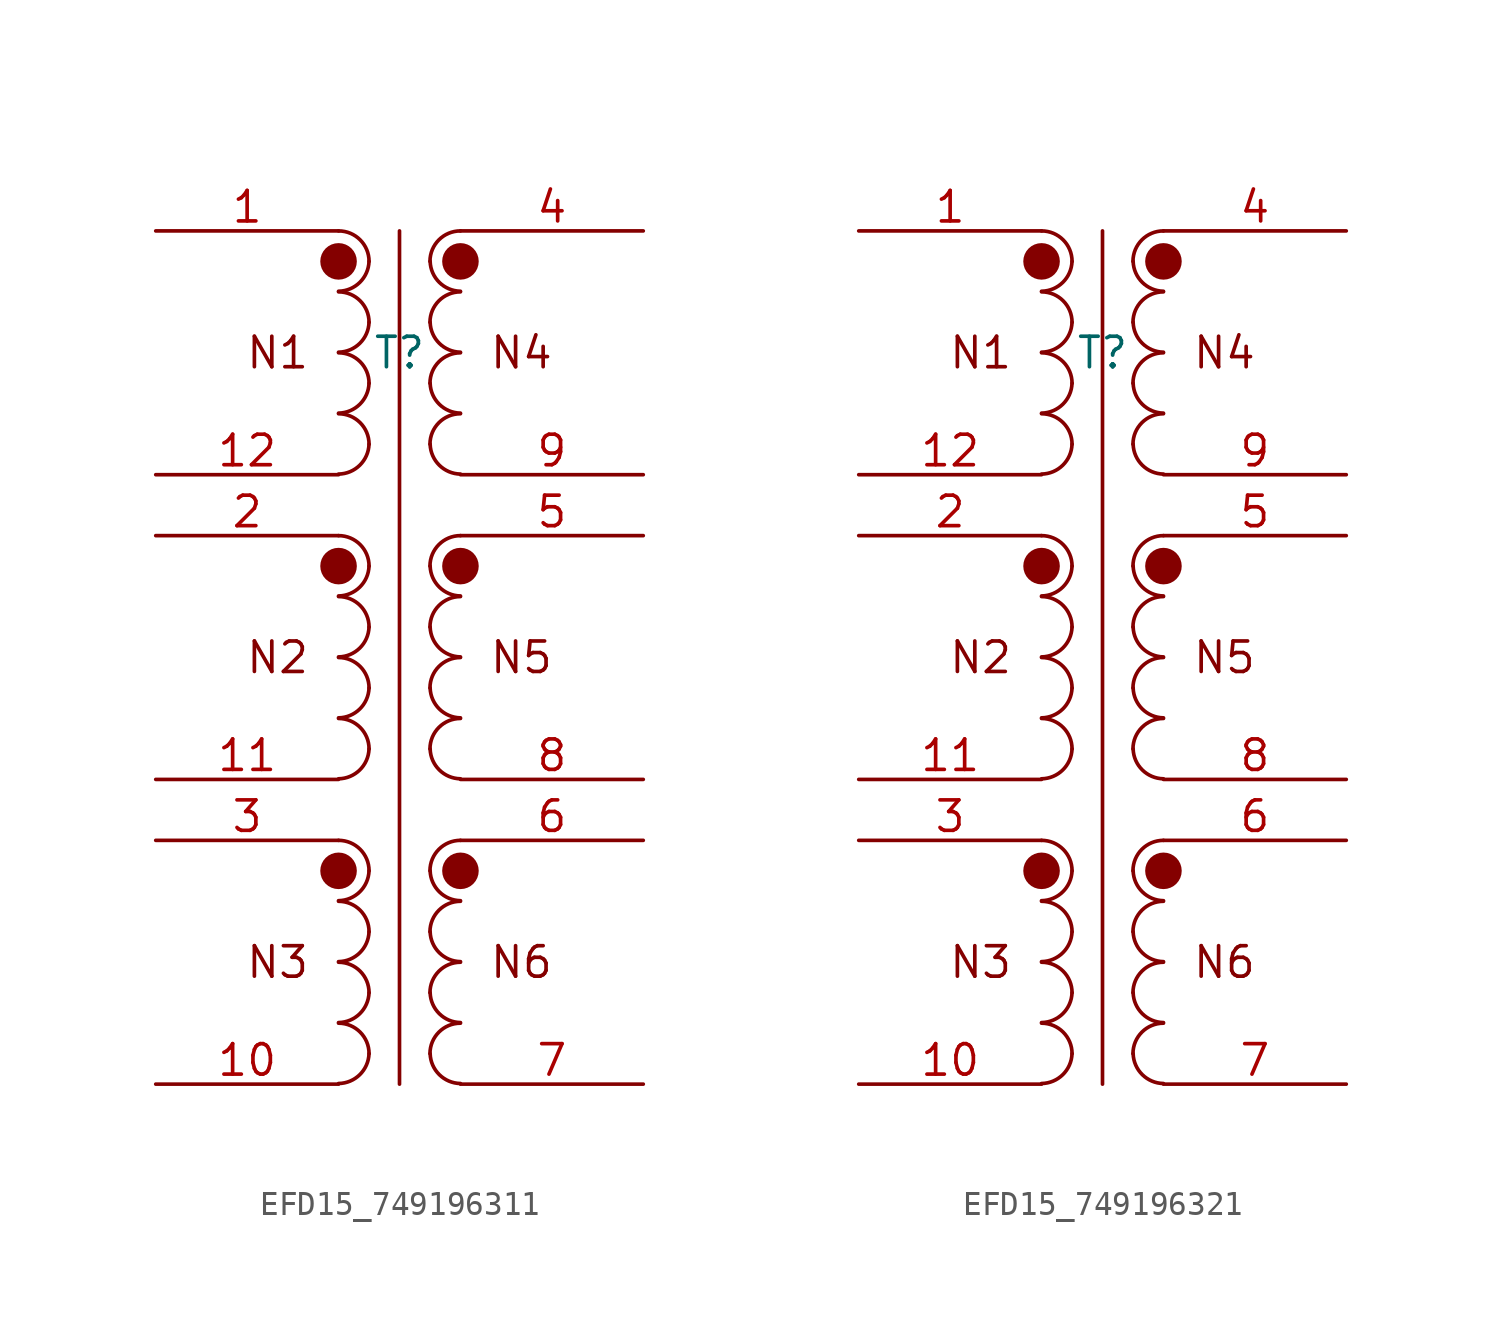
<source format=kicad_sym>
(kicad_symbol_lib
  (version 20220914)
  (generator kicad_symbol_editor)
  (symbol "EFD15_749196311"
    (pin_names hide)
    (property "Reference" "T"
      (at 0 12.7 0)
      (effects (font (size 1.27 1.27))))
    (property "Critical Parameter" ""
      (at 0 -5.08 0)
      (effects (font (size 1.27 1.27)) (justify left)))
    (symbol "EFD15_749196311_0_1"
      (arc (start -2.54 -17.7546) (mid -1.6561 -17.3863) (end -1.27 -16.51) (stroke (width 0) (type default)) (fill (type none)))
      (arc (start -2.54 -15.2146) (mid -1.6561 -14.8463) (end -1.27 -13.97) (stroke (width 0) (type default)) (fill (type none)))
      (arc (start -2.54 -12.6746) (mid -1.6561 -12.3063) (end -1.27 -11.43) (stroke (width 0) (type default)) (fill (type none)))
      (arc (start -2.54 -10.1346) (mid -1.6561 -9.7663) (end -1.27 -8.89) (stroke (width 0) (type default)) (fill (type none)))
      (arc (start -2.54 -5.0546) (mid -1.6561 -4.6863) (end -1.27 -3.81) (stroke (width 0) (type default)) (fill (type none)))
      (arc (start -2.54 -2.5146) (mid -1.6561 -2.1463) (end -1.27 -1.27) (stroke (width 0) (type default)) (fill (type none)))
      (arc (start -2.54 0.0254) (mid -1.6561 0.3937) (end -1.27 1.27) (stroke (width 0) (type default)) (fill (type none)))
      (arc (start -2.54 2.5654) (mid -1.6561 2.9337) (end -1.27 3.81) (stroke (width 0) (type default)) (fill (type none)))
      (arc (start -2.54 7.6454) (mid -1.6561 8.0137) (end -1.27 8.89) (stroke (width 0) (type default)) (fill (type none)))
      (arc (start -2.54 10.1854) (mid -1.6561 10.5537) (end -1.27 11.43) (stroke (width 0) (type default)) (fill (type none)))
      (arc (start -2.54 12.7254) (mid -1.6561 13.0937) (end -1.27 13.97) (stroke (width 0) (type default)) (fill (type none)))
      (arc (start -2.54 15.2654) (mid -1.6561 15.6337) (end -1.27 16.51) (stroke (width 0) (type default)) (fill (type none)))
      (arc (start -1.27 -16.51) (mid -1.642 -15.612) (end -2.54 -15.24) (stroke (width 0) (type default)) (fill (type none)))
      (arc (start -1.27 -13.97) (mid -1.642 -13.072) (end -2.54 -12.7) (stroke (width 0) (type default)) (fill (type none)))
      (arc (start -1.27 -11.43) (mid -1.642 -10.532) (end -2.54 -10.16) (stroke (width 0) (type default)) (fill (type none)))
      (arc (start -1.27 -8.89) (mid -1.642 -7.992) (end -2.54 -7.62) (stroke (width 0) (type default)) (fill (type none)))
      (arc (start -1.27 -3.81) (mid -1.642 -2.912) (end -2.54 -2.54) (stroke (width 0) (type default)) (fill (type none)))
      (arc (start -1.27 -1.27) (mid -1.642 -0.372) (end -2.54 0) (stroke (width 0) (type default)) (fill (type none)))
      (arc (start -1.27 1.27) (mid -1.642 2.168) (end -2.54 2.54) (stroke (width 0) (type default)) (fill (type none)))
      (arc (start -1.27 3.81) (mid -1.642 4.708) (end -2.54 5.08) (stroke (width 0) (type default)) (fill (type none)))
      (arc (start -1.27 8.89) (mid -1.642 9.788) (end -2.54 10.16) (stroke (width 0) (type default)) (fill (type none)))
      (arc (start -1.27 11.43) (mid -1.642 12.328) (end -2.54 12.7) (stroke (width 0) (type default)) (fill (type none)))
      (arc (start -1.27 13.97) (mid -1.642 14.868) (end -2.54 15.24) (stroke (width 0) (type default)) (fill (type none)))
      (arc (start -1.27 16.51) (mid -1.642 17.408) (end -2.54 17.78) (stroke (width 0) (type default)) (fill (type none)))
      (polyline (pts (xy 0 -17.78) (xy 0 17.78)) (stroke (width 0) (type default)) (fill (type none)))
      (arc (start 1.27 -16.51) (mid 1.6561 -17.3863) (end 2.54 -17.7546) (stroke (width 0) (type default)) (fill (type none)))
      (arc (start 1.27 -13.97) (mid 1.6561 -14.8463) (end 2.54 -15.2146) (stroke (width 0) (type default)) (fill (type none)))
      (arc (start 1.27 -11.43) (mid 1.6561 -12.3063) (end 2.54 -12.6746) (stroke (width 0) (type default)) (fill (type none)))
      (arc (start 1.27 -8.89) (mid 1.6561 -9.7663) (end 2.54 -10.1346) (stroke (width 0) (type default)) (fill (type none)))
      (arc (start 1.27 -3.81) (mid 1.6561 -4.6863) (end 2.54 -5.0546) (stroke (width 0) (type default)) (fill (type none)))
      (arc (start 1.27 -1.27) (mid 1.6561 -2.1463) (end 2.54 -2.5146) (stroke (width 0) (type default)) (fill (type none)))
      (arc (start 1.27 1.27) (mid 1.6561 0.3937) (end 2.54 0.0254) (stroke (width 0) (type default)) (fill (type none)))
      (arc (start 1.27 3.81) (mid 1.6561 2.9337) (end 2.54 2.5654) (stroke (width 0) (type default)) (fill (type none)))
      (arc (start 1.27 8.89) (mid 1.6561 8.0137) (end 2.54 7.6454) (stroke (width 0) (type default)) (fill (type none)))
      (arc (start 1.27 11.43) (mid 1.6561 10.5537) (end 2.54 10.1854) (stroke (width 0) (type default)) (fill (type none)))
      (arc (start 1.27 13.97) (mid 1.6561 13.0937) (end 2.54 12.7254) (stroke (width 0) (type default)) (fill (type none)))
      (arc (start 1.27 16.51) (mid 1.6561 15.6337) (end 2.54 15.2654) (stroke (width 0) (type default)) (fill (type none)))
      (arc (start 2.54 -15.24) (mid 1.642 -15.612) (end 1.27 -16.51) (stroke (width 0) (type default)) (fill (type none)))
      (arc (start 2.54 -12.7) (mid 1.642 -13.072) (end 1.27 -13.97) (stroke (width 0) (type default)) (fill (type none)))
      (arc (start 2.54 -10.16) (mid 1.642 -10.532) (end 1.27 -11.43) (stroke (width 0) (type default)) (fill (type none)))
      (arc (start 2.54 -7.62) (mid 1.642 -7.992) (end 1.27 -8.89) (stroke (width 0) (type default)) (fill (type none)))
      (arc (start 2.54 -2.54) (mid 1.642 -2.912) (end 1.27 -3.81) (stroke (width 0) (type default)) (fill (type none)))
      (arc (start 2.54 0) (mid 1.642 -0.372) (end 1.27 -1.27) (stroke (width 0) (type default)) (fill (type none)))
      (arc (start 2.54 2.54) (mid 1.642 2.168) (end 1.27 1.27) (stroke (width 0) (type default)) (fill (type none)))
      (arc (start 2.54 5.08) (mid 1.642 4.708) (end 1.27 3.81) (stroke (width 0) (type default)) (fill (type none)))
      (arc (start 2.54 10.16) (mid 1.642 9.788) (end 1.27 8.89) (stroke (width 0) (type default)) (fill (type none)))
      (arc (start 2.54 12.7) (mid 1.642 12.328) (end 1.27 11.43) (stroke (width 0) (type default)) (fill (type none)))
      (arc (start 2.54 15.24) (mid 1.642 14.868) (end 1.27 13.97) (stroke (width 0) (type default)) (fill (type none)))
      (arc (start 2.54 17.78) (mid 1.642 17.408) (end 1.27 16.51) (stroke (width 0) (type default)) (fill (type none))))
    (symbol "EFD15_749196311_1_1"
      (circle (center -2.54 -8.89) (radius 0.0001) (stroke (width 0.762) (type default)) (fill (type none)))
      (circle (center -2.54 3.81) (radius 0.0001) (stroke (width 0.762) (type default)) (fill (type none)))
      (circle (center -2.54 16.51) (radius 0.0001) (stroke (width 0.762) (type default)) (fill (type none)))
      (circle (center 2.54 -8.89) (radius 0.0001) (stroke (width 0.762) (type default)) (fill (type none)))
      (circle (center 2.54 3.81) (radius 0.0001) (stroke (width 0.762) (type default)) (fill (type none)))
      (circle (center 2.54 16.51) (radius 0.0001) (stroke (width 0.762) (type default)) (fill (type none)))
      (text "N1" (at -5.08 12.7 0) (effects (font (size 1.27 1.27))))
      (text "N2" (at -5.08 0 0) (effects (font (size 1.27 1.27))))
      (text "N3" (at -5.08 -12.7 0) (effects (font (size 1.27 1.27))))
      (text "N4" (at 5.08 12.7 0) (effects (font (size 1.27 1.27))))
      (text "N5" (at 5.08 0 0) (effects (font (size 1.27 1.27))))
      (text "N6" (at 5.08 -12.7 0) (effects (font (size 1.27 1.27))))
      (pin passive line (at -10.16 17.78 0) (length 7.62) (name "1" (effects (font (size 1.27 1.27)))) (number "1" (effects (font (size 1.27 1.27)))))
      (pin passive line (at -10.16 7.62 0) (length 7.62) (name "12" (effects (font (size 1.27 1.27)))) (number "12" (effects (font (size 1.27 1.27)))))
      (pin passive line (at -10.16 5.08 0) (length 7.62) (name "2" (effects (font (size 1.27 1.27)))) (number "2" (effects (font (size 1.27 1.27)))))
      (pin passive line (at -10.16 -5.08 0) (length 7.62) (name "11" (effects (font (size 1.27 1.27)))) (number "11" (effects (font (size 1.27 1.27)))))
      (pin passive line (at -10.16 -7.62 0) (length 7.62) (name "3" (effects (font (size 1.27 1.27)))) (number "3" (effects (font (size 1.27 1.27)))))
      (pin passive line (at -10.16 -17.78 0) (length 7.62) (name "10" (effects (font (size 1.27 1.27)))) (number "10" (effects (font (size 1.27 1.27)))))
      (pin passive line (at 10.16 -17.78 180) (length 7.62) (name "7" (effects (font (size 1.27 1.27)))) (number "7" (effects (font (size 1.27 1.27)))))
      (pin passive line (at 10.16 -7.62 180) (length 7.62) (name "6" (effects (font (size 1.27 1.27)))) (number "6" (effects (font (size 1.27 1.27)))))
      (pin passive line (at 10.16 -5.08 180) (length 7.62) (name "8" (effects (font (size 1.27 1.27)))) (number "8" (effects (font (size 1.27 1.27)))))
      (pin passive line (at 10.16 5.08 180) (length 7.62) (name "5" (effects (font (size 1.27 1.27)))) (number "5" (effects (font (size 1.27 1.27)))))
      (pin passive line (at 10.16 7.62 180) (length 7.62) (name "9" (effects (font (size 1.27 1.27)))) (number "9" (effects (font (size 1.27 1.27)))))
      (pin passive line (at 10.16 17.78 180) (length 7.62) (name "4" (effects (font (size 1.27 1.27)))) (number "4" (effects (font (size 1.27 1.27)))))))
  (symbol "EFD15_749196321"
    (pin_names hide)
    (property "Reference" "T"
      (at 0 12.7 0)
      (effects (font (size 1.27 1.27))))
    (property "Critical Parameter" ""
      (at 0 -5.08 0)
      (effects (font (size 1.27 1.27)) (justify left)))
    (symbol "EFD15_749196321_0_1"
      (arc (start -2.54 -17.7546) (mid -1.6561 -17.3863) (end -1.27 -16.51) (stroke (width 0) (type default)) (fill (type none)))
      (arc (start -2.54 -15.2146) (mid -1.6561 -14.8463) (end -1.27 -13.97) (stroke (width 0) (type default)) (fill (type none)))
      (arc (start -2.54 -12.6746) (mid -1.6561 -12.3063) (end -1.27 -11.43) (stroke (width 0) (type default)) (fill (type none)))
      (arc (start -2.54 -10.1346) (mid -1.6561 -9.7663) (end -1.27 -8.89) (stroke (width 0) (type default)) (fill (type none)))
      (arc (start -2.54 -5.0546) (mid -1.6561 -4.6863) (end -1.27 -3.81) (stroke (width 0) (type default)) (fill (type none)))
      (arc (start -2.54 -2.5146) (mid -1.6561 -2.1463) (end -1.27 -1.27) (stroke (width 0) (type default)) (fill (type none)))
      (arc (start -2.54 0.0254) (mid -1.6561 0.3937) (end -1.27 1.27) (stroke (width 0) (type default)) (fill (type none)))
      (arc (start -2.54 2.5654) (mid -1.6561 2.9337) (end -1.27 3.81) (stroke (width 0) (type default)) (fill (type none)))
      (arc (start -2.54 7.6454) (mid -1.6561 8.0137) (end -1.27 8.89) (stroke (width 0) (type default)) (fill (type none)))
      (arc (start -2.54 10.1854) (mid -1.6561 10.5537) (end -1.27 11.43) (stroke (width 0) (type default)) (fill (type none)))
      (arc (start -2.54 12.7254) (mid -1.6561 13.0937) (end -1.27 13.97) (stroke (width 0) (type default)) (fill (type none)))
      (arc (start -2.54 15.2654) (mid -1.6561 15.6337) (end -1.27 16.51) (stroke (width 0) (type default)) (fill (type none)))
      (arc (start -1.27 -16.51) (mid -1.642 -15.612) (end -2.54 -15.24) (stroke (width 0) (type default)) (fill (type none)))
      (arc (start -1.27 -13.97) (mid -1.642 -13.072) (end -2.54 -12.7) (stroke (width 0) (type default)) (fill (type none)))
      (arc (start -1.27 -11.43) (mid -1.642 -10.532) (end -2.54 -10.16) (stroke (width 0) (type default)) (fill (type none)))
      (arc (start -1.27 -8.89) (mid -1.642 -7.992) (end -2.54 -7.62) (stroke (width 0) (type default)) (fill (type none)))
      (arc (start -1.27 -3.81) (mid -1.642 -2.912) (end -2.54 -2.54) (stroke (width 0) (type default)) (fill (type none)))
      (arc (start -1.27 -1.27) (mid -1.642 -0.372) (end -2.54 0) (stroke (width 0) (type default)) (fill (type none)))
      (arc (start -1.27 1.27) (mid -1.642 2.168) (end -2.54 2.54) (stroke (width 0) (type default)) (fill (type none)))
      (arc (start -1.27 3.81) (mid -1.642 4.708) (end -2.54 5.08) (stroke (width 0) (type default)) (fill (type none)))
      (arc (start -1.27 8.89) (mid -1.642 9.788) (end -2.54 10.16) (stroke (width 0) (type default)) (fill (type none)))
      (arc (start -1.27 11.43) (mid -1.642 12.328) (end -2.54 12.7) (stroke (width 0) (type default)) (fill (type none)))
      (arc (start -1.27 13.97) (mid -1.642 14.868) (end -2.54 15.24) (stroke (width 0) (type default)) (fill (type none)))
      (arc (start -1.27 16.51) (mid -1.642 17.408) (end -2.54 17.78) (stroke (width 0) (type default)) (fill (type none)))
      (polyline (pts (xy 0 -17.78) (xy 0 17.78)) (stroke (width 0) (type default)) (fill (type none)))
      (arc (start 1.27 -16.51) (mid 1.6561 -17.3863) (end 2.54 -17.7546) (stroke (width 0) (type default)) (fill (type none)))
      (arc (start 1.27 -13.97) (mid 1.6561 -14.8463) (end 2.54 -15.2146) (stroke (width 0) (type default)) (fill (type none)))
      (arc (start 1.27 -11.43) (mid 1.6561 -12.3063) (end 2.54 -12.6746) (stroke (width 0) (type default)) (fill (type none)))
      (arc (start 1.27 -8.89) (mid 1.6561 -9.7663) (end 2.54 -10.1346) (stroke (width 0) (type default)) (fill (type none)))
      (arc (start 1.27 -3.81) (mid 1.6561 -4.6863) (end 2.54 -5.0546) (stroke (width 0) (type default)) (fill (type none)))
      (arc (start 1.27 -1.27) (mid 1.6561 -2.1463) (end 2.54 -2.5146) (stroke (width 0) (type default)) (fill (type none)))
      (arc (start 1.27 1.27) (mid 1.6561 0.3937) (end 2.54 0.0254) (stroke (width 0) (type default)) (fill (type none)))
      (arc (start 1.27 3.81) (mid 1.6561 2.9337) (end 2.54 2.5654) (stroke (width 0) (type default)) (fill (type none)))
      (arc (start 1.27 8.89) (mid 1.6561 8.0137) (end 2.54 7.6454) (stroke (width 0) (type default)) (fill (type none)))
      (arc (start 1.27 11.43) (mid 1.6561 10.5537) (end 2.54 10.1854) (stroke (width 0) (type default)) (fill (type none)))
      (arc (start 1.27 13.97) (mid 1.6561 13.0937) (end 2.54 12.7254) (stroke (width 0) (type default)) (fill (type none)))
      (arc (start 1.27 16.51) (mid 1.6561 15.6337) (end 2.54 15.2654) (stroke (width 0) (type default)) (fill (type none)))
      (arc (start 2.54 -15.24) (mid 1.642 -15.612) (end 1.27 -16.51) (stroke (width 0) (type default)) (fill (type none)))
      (arc (start 2.54 -12.7) (mid 1.642 -13.072) (end 1.27 -13.97) (stroke (width 0) (type default)) (fill (type none)))
      (arc (start 2.54 -10.16) (mid 1.642 -10.532) (end 1.27 -11.43) (stroke (width 0) (type default)) (fill (type none)))
      (arc (start 2.54 -7.62) (mid 1.642 -7.992) (end 1.27 -8.89) (stroke (width 0) (type default)) (fill (type none)))
      (arc (start 2.54 -2.54) (mid 1.642 -2.912) (end 1.27 -3.81) (stroke (width 0) (type default)) (fill (type none)))
      (arc (start 2.54 0) (mid 1.642 -0.372) (end 1.27 -1.27) (stroke (width 0) (type default)) (fill (type none)))
      (arc (start 2.54 2.54) (mid 1.642 2.168) (end 1.27 1.27) (stroke (width 0) (type default)) (fill (type none)))
      (arc (start 2.54 5.08) (mid 1.642 4.708) (end 1.27 3.81) (stroke (width 0) (type default)) (fill (type none)))
      (arc (start 2.54 10.16) (mid 1.642 9.788) (end 1.27 8.89) (stroke (width 0) (type default)) (fill (type none)))
      (arc (start 2.54 12.7) (mid 1.642 12.328) (end 1.27 11.43) (stroke (width 0) (type default)) (fill (type none)))
      (arc (start 2.54 15.24) (mid 1.642 14.868) (end 1.27 13.97) (stroke (width 0) (type default)) (fill (type none)))
      (arc (start 2.54 17.78) (mid 1.642 17.408) (end 1.27 16.51) (stroke (width 0) (type default)) (fill (type none))))
    (symbol "EFD15_749196321_1_1"
      (circle (center -2.54 -8.89) (radius 0.0001) (stroke (width 0.762) (type default)) (fill (type none)))
      (circle (center -2.54 3.81) (radius 0.0001) (stroke (width 0.762) (type default)) (fill (type none)))
      (circle (center -2.54 16.51) (radius 0.0001) (stroke (width 0.762) (type default)) (fill (type none)))
      (circle (center 2.54 -8.89) (radius 0.0001) (stroke (width 0.762) (type default)) (fill (type none)))
      (circle (center 2.54 3.81) (radius 0.0001) (stroke (width 0.762) (type default)) (fill (type none)))
      (circle (center 2.54 16.51) (radius 0.0001) (stroke (width 0.762) (type default)) (fill (type none)))
      (text "N1" (at -5.08 12.7 0) (effects (font (size 1.27 1.27))))
      (text "N2" (at -5.08 0 0) (effects (font (size 1.27 1.27))))
      (text "N3" (at -5.08 -12.7 0) (effects (font (size 1.27 1.27))))
      (text "N4" (at 5.08 12.7 0) (effects (font (size 1.27 1.27))))
      (text "N5" (at 5.08 0 0) (effects (font (size 1.27 1.27))))
      (text "N6" (at 5.08 -12.7 0) (effects (font (size 1.27 1.27))))
      (pin passive line (at -10.16 17.78 0) (length 7.62) (name "1" (effects (font (size 1.27 1.27)))) (number "1" (effects (font (size 1.27 1.27)))))
      (pin passive line (at -10.16 7.62 0) (length 7.62) (name "12" (effects (font (size 1.27 1.27)))) (number "12" (effects (font (size 1.27 1.27)))))
      (pin passive line (at -10.16 5.08 0) (length 7.62) (name "2" (effects (font (size 1.27 1.27)))) (number "2" (effects (font (size 1.27 1.27)))))
      (pin passive line (at -10.16 -5.08 0) (length 7.62) (name "11" (effects (font (size 1.27 1.27)))) (number "11" (effects (font (size 1.27 1.27)))))
      (pin passive line (at -10.16 -7.62 0) (length 7.62) (name "3" (effects (font (size 1.27 1.27)))) (number "3" (effects (font (size 1.27 1.27)))))
      (pin passive line (at -10.16 -17.78 0) (length 7.62) (name "10" (effects (font (size 1.27 1.27)))) (number "10" (effects (font (size 1.27 1.27)))))
      (pin passive line (at 10.16 -17.78 180) (length 7.62) (name "7" (effects (font (size 1.27 1.27)))) (number "7" (effects (font (size 1.27 1.27)))))
      (pin passive line (at 10.16 -7.62 180) (length 7.62) (name "6" (effects (font (size 1.27 1.27)))) (number "6" (effects (font (size 1.27 1.27)))))
      (pin passive line (at 10.16 -5.08 180) (length 7.62) (name "8" (effects (font (size 1.27 1.27)))) (number "8" (effects (font (size 1.27 1.27)))))
      (pin passive line (at 10.16 5.08 180) (length 7.62) (name "5" (effects (font (size 1.27 1.27)))) (number "5" (effects (font (size 1.27 1.27)))))
      (pin passive line (at 10.16 7.62 180) (length 7.62) (name "9" (effects (font (size 1.27 1.27)))) (number "9" (effects (font (size 1.27 1.27)))))
      (pin passive line (at 10.16 17.78 180) (length 7.62) (name "4" (effects (font (size 1.27 1.27)))) (number "4" (effects (font (size 1.27 1.27))))))))
</source>
